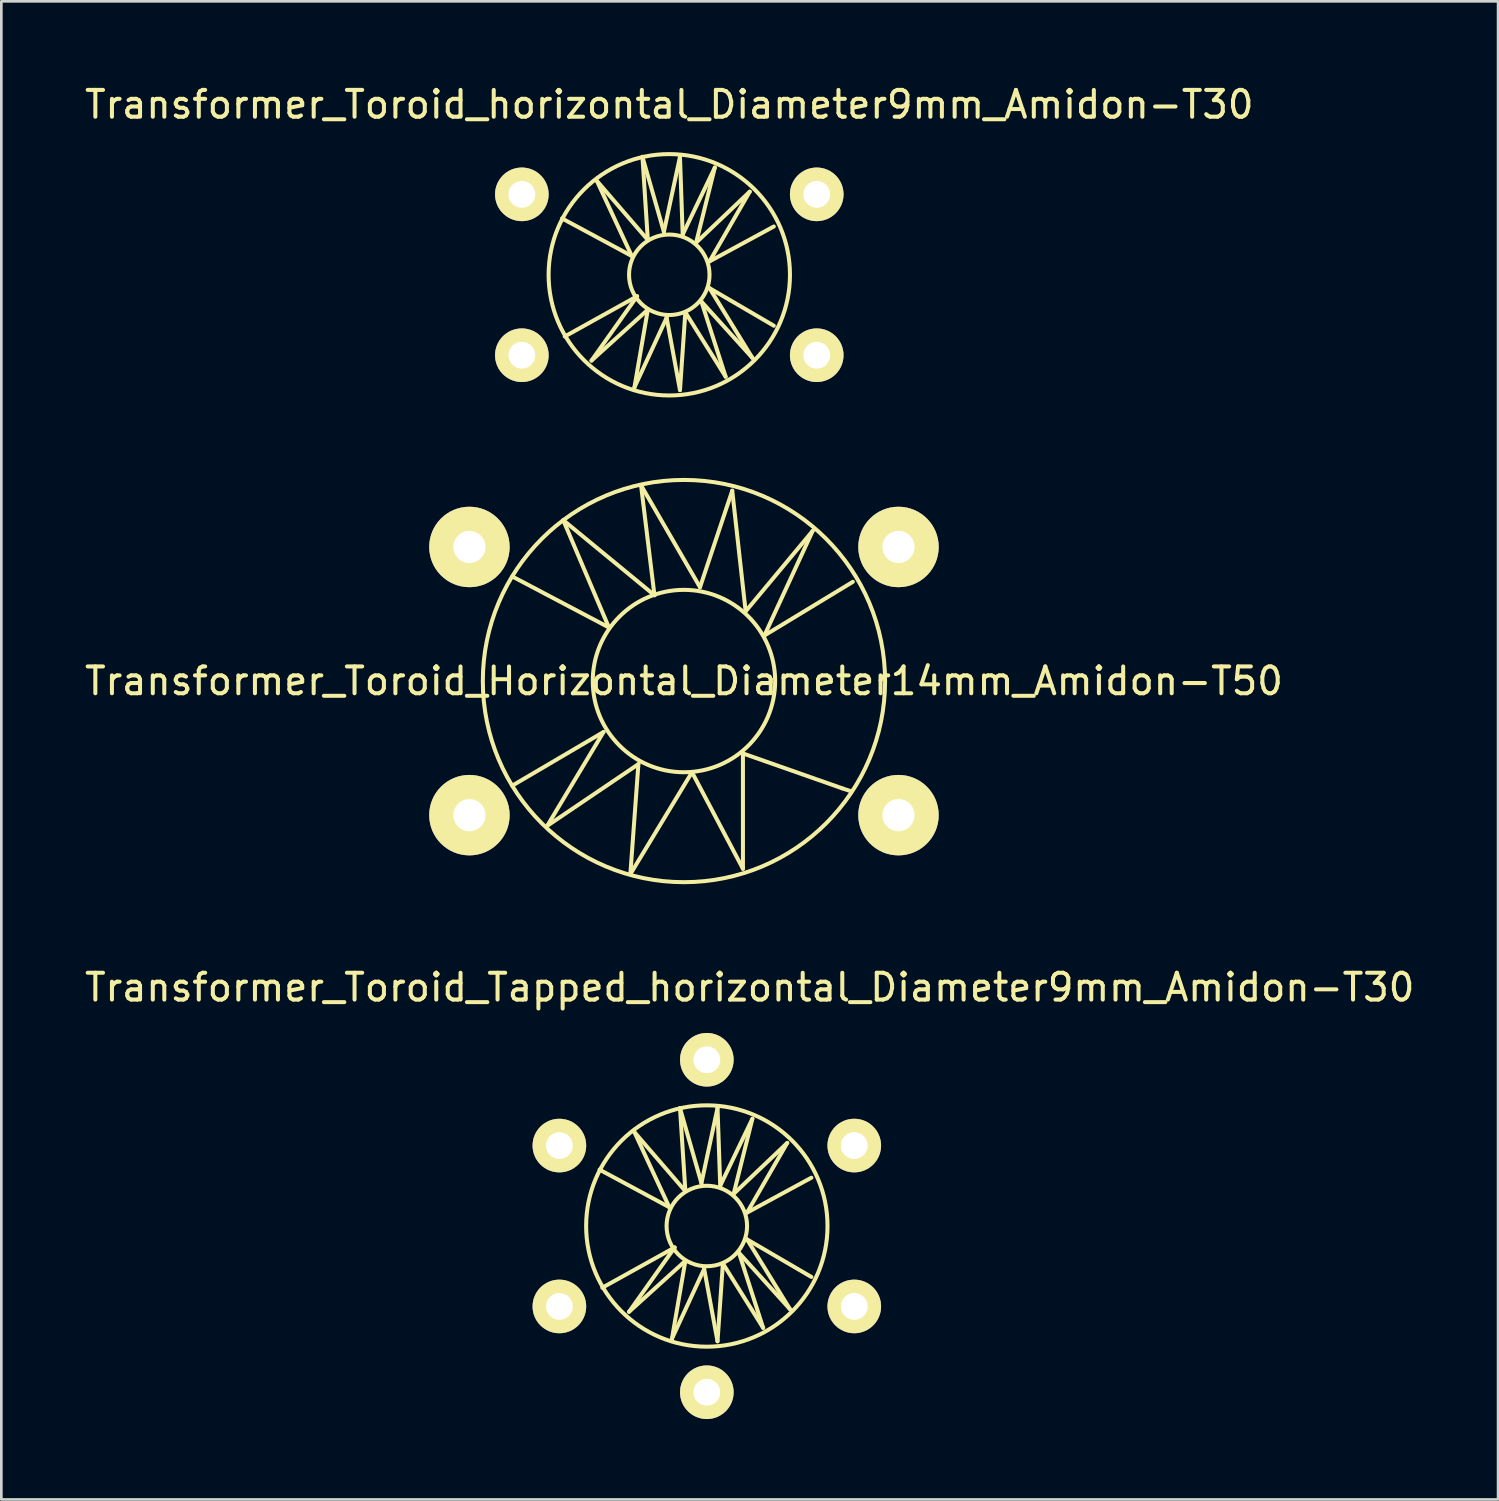
<source format=kicad_pcb>
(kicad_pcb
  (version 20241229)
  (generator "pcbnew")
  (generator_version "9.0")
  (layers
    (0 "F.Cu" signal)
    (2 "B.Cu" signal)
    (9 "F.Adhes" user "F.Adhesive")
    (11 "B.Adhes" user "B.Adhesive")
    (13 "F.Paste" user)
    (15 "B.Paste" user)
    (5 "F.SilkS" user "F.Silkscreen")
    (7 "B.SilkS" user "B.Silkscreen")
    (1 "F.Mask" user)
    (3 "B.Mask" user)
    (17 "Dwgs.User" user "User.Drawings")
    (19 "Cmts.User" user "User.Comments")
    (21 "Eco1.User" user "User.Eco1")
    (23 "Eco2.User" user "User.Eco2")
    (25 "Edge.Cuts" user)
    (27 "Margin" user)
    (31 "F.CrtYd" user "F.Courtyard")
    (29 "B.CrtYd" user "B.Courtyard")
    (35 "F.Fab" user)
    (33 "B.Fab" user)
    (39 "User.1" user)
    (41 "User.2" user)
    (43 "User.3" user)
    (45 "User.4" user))
  (footprint "Transformer_Toroid_Horizontal_Diameter14mm_Amidon-T50"
    (layer "F.Cu")
    (at 22.458 22.35)
    (property "Reference" "Transformer_Toroid_Horizontal_Diameter14mm_Amidon-T50" (at 0 0 0) (layer "F.SilkS") (effects (font (size 1 1) (thickness 0.15))))
    (attr through_hole)
    (fp_line (start -6.401 -3.899) (end -2.799 -1.999) (stroke (width 0.15) (type solid)) (layer "F.SilkS"))
    (fp_line (start -6.401 3.899) (end -3 1.9) (stroke (width 0.15) (type solid)) (layer "F.SilkS"))
    (fp_line (start -5.1 5.4) (end -1.699 3.099) (stroke (width 0.15) (type solid)) (layer "F.SilkS"))
    (fp_line (start -4.501 -5.999) (end -1.1 -3.2) (stroke (width 0.15) (type solid)) (layer "F.SilkS"))
    (fp_line (start -3 1.9) (end -5.1 5.4) (stroke (width 0.15) (type solid)) (layer "F.SilkS"))
    (fp_line (start -2.799 -1.999) (end -4.501 -5.999) (stroke (width 0.15) (type solid)) (layer "F.SilkS"))
    (fp_line (start -1.999 7.201) (end 0.3 3.401) (stroke (width 0.15) (type solid)) (layer "F.SilkS"))
    (fp_line (start -1.699 3.099) (end -1.999 7.201) (stroke (width 0.15) (type solid)) (layer "F.SilkS"))
    (fp_line (start -1.6 -7.3) (end 0.599 -3.5) (stroke (width 0.15) (type solid)) (layer "F.SilkS"))
    (fp_line (start -1.1 -3.2) (end -1.6 -7.3) (stroke (width 0.15) (type solid)) (layer "F.SilkS"))
    (fp_line (start 0.3 3.401) (end 2.2 7) (stroke (width 0.15) (type solid)) (layer "F.SilkS"))
    (fp_line (start 0.599 -3.5) (end 1.801 -7.099) (stroke (width 0.15) (type solid)) (layer "F.SilkS"))
    (fp_line (start 1.801 -7.099) (end 2.301 -2.601) (stroke (width 0.15) (type solid)) (layer "F.SilkS"))
    (fp_line (start 2.2 2.7) (end 5.9 4) (stroke (width 0.15) (type solid)) (layer "F.SilkS"))
    (fp_line (start 2.2 7) (end 2.2 2.7) (stroke (width 0.15) (type solid)) (layer "F.SilkS"))
    (fp_line (start 2.301 -2.601) (end 4.801 -5.601) (stroke (width 0.15) (type solid)) (layer "F.SilkS"))
    (fp_line (start 3 -1.699) (end 6.299 -3.701) (stroke (width 0.15) (type solid)) (layer "F.SilkS"))
    (fp_line (start 4.801 -5.601) (end 3 -1.699) (stroke (width 0.15) (type solid)) (layer "F.SilkS"))
    (fp_line (start 5.9 4) (end 6.2 4.1) (stroke (width 0.15) (type solid)) (layer "F.SilkS"))
    (fp_circle (center 0 0) (end 3.401 0) (stroke (width 0.15) (type solid)) (fill no) (layer "F.SilkS"))
    (fp_circle (center 0 0) (end 7.501 0) (stroke (width 0.15) (type solid)) (fill no) (layer "F.SilkS"))
    (pad "1" thru_hole circle (at -8.001 5.001) (size 3 3) (drill 1.199) (layers "*.Cu" "*.Mask" "F.SilkS"))
    (pad "2" thru_hole circle (at 8.001 5.001) (size 3 3) (drill 1.199) (layers "*.Cu" "*.Mask" "F.SilkS"))
    (pad "3" thru_hole circle (at -8.001 -5.001) (size 3 3) (drill 1.199) (layers "*.Cu" "*.Mask" "F.SilkS"))
    (pad "4" thru_hole circle (at 8.001 -5.001) (size 3 3) (drill 1.199) (layers "*.Cu" "*.Mask" "F.SilkS")))
  (footprint "Transformer_Toroid_horizontal_Diameter9mm_Amidon-T30"
    (layer "F.Cu")
    (at 21.911 7.198)
    (property "Reference" "Transformer_Toroid_horizontal_Diameter9mm_Amidon-T30" (at 0 -6.35 0) (layer "F.SilkS") (effects (font (size 1 1) (thickness 0.15))))
    (attr through_hole)
    (fp_line (start -4 -2.101) (end -1.4 -0.701) (stroke (width 0.15) (type solid)) (layer "F.SilkS"))
    (fp_line (start -3.899 2.301) (end -1.199 0.8) (stroke (width 0.15) (type solid)) (layer "F.SilkS"))
    (fp_line (start -2.901 3.2) (end -0.8 1.3) (stroke (width 0.15) (type solid)) (layer "F.SilkS"))
    (fp_line (start -2.7 -3.5) (end -0.8 -1.3) (stroke (width 0.15) (type solid)) (layer "F.SilkS"))
    (fp_line (start -1.4 -0.701) (end -2.7 -3.5) (stroke (width 0.15) (type solid)) (layer "F.SilkS"))
    (fp_line (start -1.3 4.201) (end -0.099 1.6) (stroke (width 0.15) (type solid)) (layer "F.SilkS"))
    (fp_line (start -1.199 0.8) (end -2.901 3.2) (stroke (width 0.15) (type solid)) (layer "F.SilkS"))
    (fp_line (start -1.001 -4.399) (end -0.201 -1.6) (stroke (width 0.15) (type solid)) (layer "F.SilkS"))
    (fp_line (start -0.8 -1.3) (end -1.001 -4.399) (stroke (width 0.15) (type solid)) (layer "F.SilkS"))
    (fp_line (start -0.8 1.3) (end -1.3 4.201) (stroke (width 0.15) (type solid)) (layer "F.SilkS"))
    (fp_line (start -0.201 -1.6) (end 0.399 -4.399) (stroke (width 0.15) (type solid)) (layer "F.SilkS"))
    (fp_line (start -0.099 1.6) (end 0.399 4.3) (stroke (width 0.15) (type solid)) (layer "F.SilkS"))
    (fp_line (start 0.399 -4.399) (end 0.5 -1.501) (stroke (width 0.15) (type solid)) (layer "F.SilkS"))
    (fp_line (start 0.399 4.3) (end 0.599 1.4) (stroke (width 0.15) (type solid)) (layer "F.SilkS"))
    (fp_line (start 0.5 -1.501) (end 1.699 -4) (stroke (width 0.15) (type solid)) (layer "F.SilkS"))
    (fp_line (start 0.599 1.4) (end 2.101 3.8) (stroke (width 0.15) (type solid)) (layer "F.SilkS"))
    (fp_line (start 1.001 -1.199) (end 3 -3.099) (stroke (width 0.15) (type solid)) (layer "F.SilkS"))
    (fp_line (start 1.199 1.001) (end 3.099 3.099) (stroke (width 0.15) (type solid)) (layer "F.SilkS"))
    (fp_line (start 1.501 -0.5) (end 3.899 -1.801) (stroke (width 0.15) (type solid)) (layer "F.SilkS"))
    (fp_line (start 1.501 0.5) (end 3.899 1.9) (stroke (width 0.15) (type solid)) (layer "F.SilkS"))
    (fp_line (start 1.699 -4) (end 1.001 -1.199) (stroke (width 0.15) (type solid)) (layer "F.SilkS"))
    (fp_line (start 2.101 3.8) (end 1.199 1.001) (stroke (width 0.15) (type solid)) (layer "F.SilkS"))
    (fp_line (start 3 -3.099) (end 1.501 -0.5) (stroke (width 0.15) (type solid)) (layer "F.SilkS"))
    (fp_line (start 3.099 3.099) (end 1.501 0.5) (stroke (width 0.15) (type solid)) (layer "F.SilkS"))
    (fp_circle (center 0 0) (end 1.501 0) (stroke (width 0.15) (type solid)) (fill no) (layer "F.SilkS"))
    (fp_circle (center 0 0) (end 4.501 0) (stroke (width 0.15) (type solid)) (fill no) (layer "F.SilkS"))
    (pad "1" thru_hole circle (at -5.499 3) (size 1.999 1.999) (drill 1.001) (layers "*.Cu" "*.Mask" "F.SilkS"))
    (pad "2" thru_hole circle (at 5.499 3) (size 1.999 1.999) (drill 1.001) (layers "*.Cu" "*.Mask" "F.SilkS"))
    (pad "3" thru_hole circle (at -5.499 -3) (size 1.999 1.999) (drill 1.001) (layers "*.Cu" "*.Mask" "F.SilkS"))
    (pad "4" thru_hole circle (at 5.499 -3) (size 1.999 1.999) (drill 1.001) (layers "*.Cu" "*.Mask" "F.SilkS")))
  (footprint "Transformer_Toroid_Tapped_horizontal_Diameter9mm_Amidon-T30"
    (layer "F.Cu")
    (at 23.311 42.674)
    (property "Reference" "Transformer_Toroid_Tapped_horizontal_Diameter9mm_Amidon-T30" (at 1.6 -8.9 0) (layer "F.SilkS") (effects (font (size 1 1) (thickness 0.15))))
    (attr through_hole)
    (fp_line (start -4 -2.101) (end -1.4 -0.701) (stroke (width 0.15) (type solid)) (layer "F.SilkS"))
    (fp_line (start -3.899 2.301) (end -1.199 0.8) (stroke (width 0.15) (type solid)) (layer "F.SilkS"))
    (fp_line (start -2.901 3.2) (end -0.8 1.3) (stroke (width 0.15) (type solid)) (layer "F.SilkS"))
    (fp_line (start -2.7 -3.5) (end -0.8 -1.3) (stroke (width 0.15) (type solid)) (layer "F.SilkS"))
    (fp_line (start -1.4 -0.701) (end -2.7 -3.5) (stroke (width 0.15) (type solid)) (layer "F.SilkS"))
    (fp_line (start -1.3 4.201) (end -0.099 1.6) (stroke (width 0.15) (type solid)) (layer "F.SilkS"))
    (fp_line (start -1.199 0.8) (end -2.901 3.2) (stroke (width 0.15) (type solid)) (layer "F.SilkS"))
    (fp_line (start -1.001 -4.399) (end -0.201 -1.6) (stroke (width 0.15) (type solid)) (layer "F.SilkS"))
    (fp_line (start -0.8 -1.3) (end -1.001 -4.399) (stroke (width 0.15) (type solid)) (layer "F.SilkS"))
    (fp_line (start -0.8 1.3) (end -1.3 4.201) (stroke (width 0.15) (type solid)) (layer "F.SilkS"))
    (fp_line (start -0.201 -1.6) (end 0.399 -4.399) (stroke (width 0.15) (type solid)) (layer "F.SilkS"))
    (fp_line (start -0.099 1.6) (end 0.399 4.3) (stroke (width 0.15) (type solid)) (layer "F.SilkS"))
    (fp_line (start 0.399 -4.399) (end 0.5 -1.501) (stroke (width 0.15) (type solid)) (layer "F.SilkS"))
    (fp_line (start 0.399 4.3) (end 0.599 1.4) (stroke (width 0.15) (type solid)) (layer "F.SilkS"))
    (fp_line (start 0.5 -1.501) (end 1.699 -4) (stroke (width 0.15) (type solid)) (layer "F.SilkS"))
    (fp_line (start 0.599 1.4) (end 2.101 3.8) (stroke (width 0.15) (type solid)) (layer "F.SilkS"))
    (fp_line (start 1.001 -1.199) (end 3 -3.099) (stroke (width 0.15) (type solid)) (layer "F.SilkS"))
    (fp_line (start 1.199 1.001) (end 3.099 3.099) (stroke (width 0.15) (type solid)) (layer "F.SilkS"))
    (fp_line (start 1.501 -0.5) (end 3.899 -1.801) (stroke (width 0.15) (type solid)) (layer "F.SilkS"))
    (fp_line (start 1.501 0.5) (end 3.899 1.9) (stroke (width 0.15) (type solid)) (layer "F.SilkS"))
    (fp_line (start 1.699 -4) (end 1.001 -1.199) (stroke (width 0.15) (type solid)) (layer "F.SilkS"))
    (fp_line (start 2.101 3.8) (end 1.199 1.001) (stroke (width 0.15) (type solid)) (layer "F.SilkS"))
    (fp_line (start 3 -3.099) (end 1.501 -0.5) (stroke (width 0.15) (type solid)) (layer "F.SilkS"))
    (fp_line (start 3.099 3.099) (end 1.501 0.5) (stroke (width 0.15) (type solid)) (layer "F.SilkS"))
    (fp_circle (center 0 0) (end 1.501 0) (stroke (width 0.15) (type solid)) (fill no) (layer "F.SilkS"))
    (fp_circle (center 0 0) (end 4.501 0) (stroke (width 0.15) (type solid)) (fill no) (layer "F.SilkS"))
    (pad "1" thru_hole circle (at -5.499 3) (size 1.999 1.999) (drill 1.001) (layers "*.Cu" "*.Mask" "F.SilkS"))
    (pad "2" thru_hole circle (at 0 6.2) (size 1.999 1.999) (drill 1.001) (layers "*.Cu" "*.Mask" "F.SilkS"))
    (pad "3" thru_hole circle (at 5.499 3) (size 1.999 1.999) (drill 1.001) (layers "*.Cu" "*.Mask" "F.SilkS"))
    (pad "4" thru_hole circle (at -5.499 -3) (size 1.999 1.999) (drill 1.001) (layers "*.Cu" "*.Mask" "F.SilkS"))
    (pad "5" thru_hole circle (at 0 -6.2) (size 1.999 1.999) (drill 1.001) (layers "*.Cu" "*.Mask" "F.SilkS"))
    (pad "6" thru_hole circle (at 5.499 -3) (size 1.999 1.999) (drill 1.001) (layers "*.Cu" "*.Mask" "F.SilkS")))
  (gr_rect
    (start -3 -3)
    (end 52.821 52.873)
    (stroke (width 0.1) (type default))
    (fill no)
    (layer "Edge.Cuts")))
</source>
